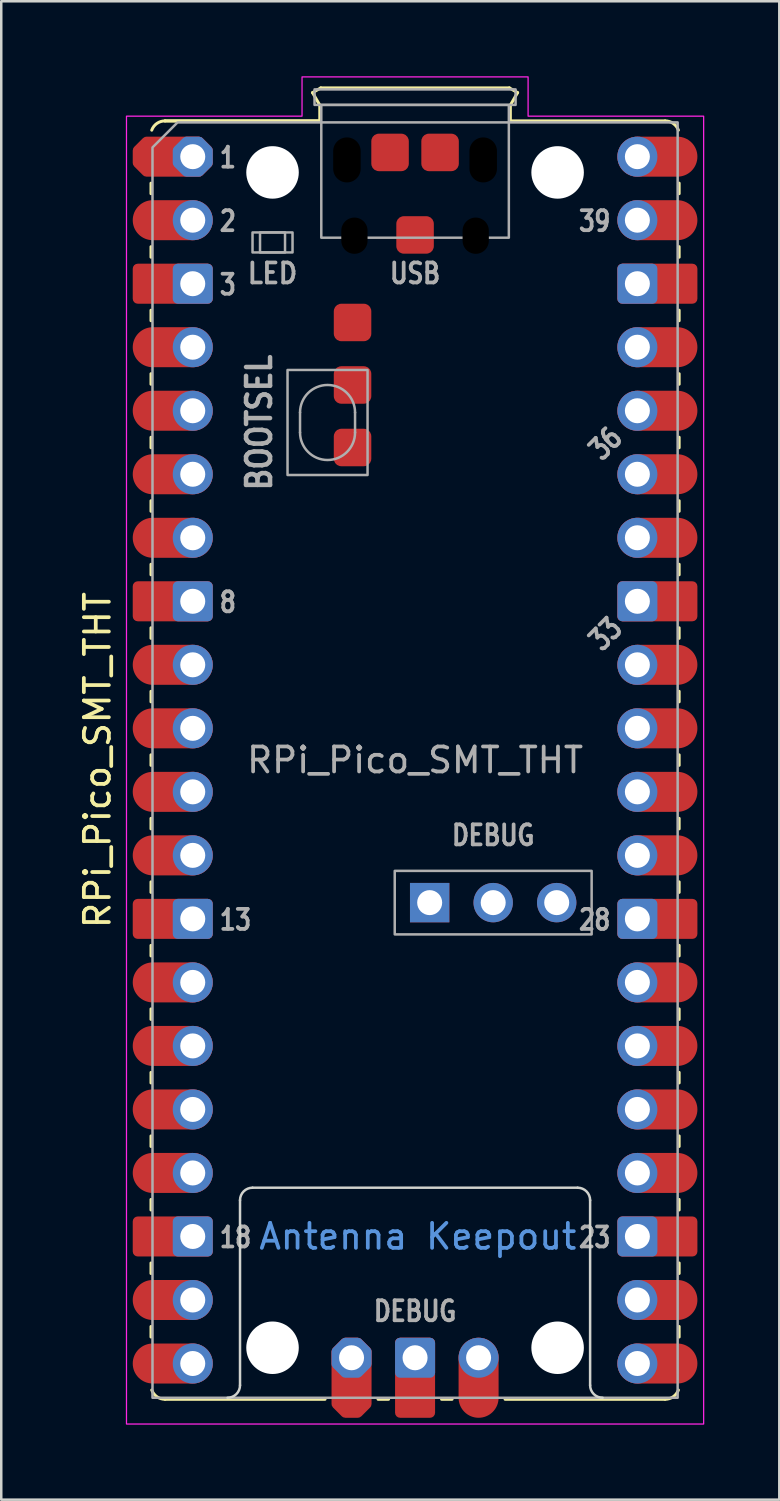
<source format=kicad_pcb>
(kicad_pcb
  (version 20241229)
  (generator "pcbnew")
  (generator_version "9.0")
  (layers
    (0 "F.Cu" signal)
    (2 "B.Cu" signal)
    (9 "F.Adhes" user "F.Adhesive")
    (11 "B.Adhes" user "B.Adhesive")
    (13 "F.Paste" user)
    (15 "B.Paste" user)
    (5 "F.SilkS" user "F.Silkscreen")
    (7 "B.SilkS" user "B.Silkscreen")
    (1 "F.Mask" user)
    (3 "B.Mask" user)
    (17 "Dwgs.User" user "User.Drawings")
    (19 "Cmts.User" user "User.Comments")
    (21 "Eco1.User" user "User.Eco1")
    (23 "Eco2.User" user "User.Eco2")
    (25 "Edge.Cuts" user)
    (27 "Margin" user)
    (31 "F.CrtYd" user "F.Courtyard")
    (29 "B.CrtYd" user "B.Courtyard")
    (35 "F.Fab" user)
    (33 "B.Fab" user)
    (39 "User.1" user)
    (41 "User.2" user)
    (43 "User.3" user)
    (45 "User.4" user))
  (footprint "RPi_Pico_SMT_THT"
    (layer "F.Cu")
    (at 4.658 3.215)
    (property "Reference" "RPi_Pico_SMT_THT" (at -3.81 24.13 270) (layer "F.SilkS") (effects (font (size 1 1) (thickness 0.15))))
    (attr through_hole)
    (fp_line (start -1.67 1.06) (end -1.67 1.48) (stroke (width 0.12) (type solid)) (layer "F.SilkS"))
    (fp_line (start -1.67 3.6) (end -1.67 4.02) (stroke (width 0.12) (type solid)) (layer "F.SilkS"))
    (fp_line (start -1.67 6.14) (end -1.67 6.56) (stroke (width 0.12) (type solid)) (layer "F.SilkS"))
    (fp_line (start -1.67 8.68) (end -1.67 9.1) (stroke (width 0.12) (type solid)) (layer "F.SilkS"))
    (fp_line (start -1.67 11.22) (end -1.67 11.64) (stroke (width 0.12) (type solid)) (layer "F.SilkS"))
    (fp_line (start -1.67 13.76) (end -1.67 14.18) (stroke (width 0.12) (type solid)) (layer "F.SilkS"))
    (fp_line (start -1.67 16.3) (end -1.67 16.72) (stroke (width 0.12) (type solid)) (layer "F.SilkS"))
    (fp_line (start -1.67 18.84) (end -1.67 19.26) (stroke (width 0.12) (type solid)) (layer "F.SilkS"))
    (fp_line (start -1.67 21.38) (end -1.67 21.8) (stroke (width 0.12) (type solid)) (layer "F.SilkS"))
    (fp_line (start -1.67 23.92) (end -1.67 24.34) (stroke (width 0.12) (type solid)) (layer "F.SilkS"))
    (fp_line (start -1.67 26.46) (end -1.67 26.88) (stroke (width 0.12) (type solid)) (layer "F.SilkS"))
    (fp_line (start -1.67 29) (end -1.67 29.42) (stroke (width 0.12) (type solid)) (layer "F.SilkS"))
    (fp_line (start -1.67 31.54) (end -1.67 31.96) (stroke (width 0.12) (type solid)) (layer "F.SilkS"))
    (fp_line (start -1.67 34.08) (end -1.67 34.5) (stroke (width 0.12) (type solid)) (layer "F.SilkS"))
    (fp_line (start -1.67 36.62) (end -1.67 37.04) (stroke (width 0.12) (type solid)) (layer "F.SilkS"))
    (fp_line (start -1.67 39.16) (end -1.67 39.58) (stroke (width 0.12) (type solid)) (layer "F.SilkS"))
    (fp_line (start -1.67 41.7) (end -1.67 42.12) (stroke (width 0.12) (type solid)) (layer "F.SilkS"))
    (fp_line (start -1.67 44.24) (end -1.67 44.66) (stroke (width 0.12) (type solid)) (layer "F.SilkS"))
    (fp_line (start -1.67 46.78) (end -1.67 47.2) (stroke (width 0.12) (type solid)) (layer "F.SilkS"))
    (fp_line (start -1.11 -1.43) (end 5.08 -1.43) (stroke (width 0.12) (type solid)) (layer "F.SilkS"))
    (fp_line (start -1.11 49.69) (end 5.29 49.69) (stroke (width 0.12) (type solid)) (layer "F.SilkS"))
    (fp_line (start 4.79 -2.56) (end 5.12 -2.75) (stroke (width 0.12) (type solid)) (layer "F.SilkS"))
    (fp_line (start 5.08 -2.06) (end 4.79 -2.56) (stroke (width 0.12) (type solid)) (layer "F.SilkS"))
    (fp_line (start 5.08 -1.43) (end -1.11 -1.43) (stroke (width 0.12) (type solid)) (layer "F.SilkS"))
    (fp_line (start 5.08 -1.43) (end 5.08 -2.06) (stroke (width 0.12) (type solid)) (layer "F.SilkS"))
    (fp_line (start 5.12 -2.75) (end 12.66 -2.75) (stroke (width 0.12) (type solid)) (layer "F.SilkS"))
    (fp_line (start 7.41 49.69) (end 7.83 49.69) (stroke (width 0.12) (type solid)) (layer "F.SilkS"))
    (fp_line (start 9.95 49.69) (end 10.37 49.69) (stroke (width 0.12) (type solid)) (layer "F.SilkS"))
    (fp_line (start 12.49 49.69) (end 18.89 49.69) (stroke (width 0.12) (type solid)) (layer "F.SilkS"))
    (fp_line (start 12.66 -2.75) (end 12.99 -2.56) (stroke (width 0.12) (type solid)) (layer "F.SilkS"))
    (fp_line (start 12.7 -2.06) (end 12.7 -1.43) (stroke (width 0.12) (type solid)) (layer "F.SilkS"))
    (fp_line (start 12.99 -2.56) (end 12.7 -2.06) (stroke (width 0.12) (type solid)) (layer "F.SilkS"))
    (fp_line (start 18.89 -1.43) (end 12.7 -1.43) (stroke (width 0.12) (type solid)) (layer "F.SilkS"))
    (fp_line (start 19.45 1.06) (end 19.45 1.48) (stroke (width 0.12) (type solid)) (layer "F.SilkS"))
    (fp_line (start 19.45 3.6) (end 19.45 4.02) (stroke (width 0.12) (type solid)) (layer "F.SilkS"))
    (fp_line (start 19.45 6.14) (end 19.45 6.56) (stroke (width 0.12) (type solid)) (layer "F.SilkS"))
    (fp_line (start 19.45 8.68) (end 19.45 9.1) (stroke (width 0.12) (type solid)) (layer "F.SilkS"))
    (fp_line (start 19.45 11.22) (end 19.45 11.64) (stroke (width 0.12) (type solid)) (layer "F.SilkS"))
    (fp_line (start 19.45 13.76) (end 19.45 14.18) (stroke (width 0.12) (type solid)) (layer "F.SilkS"))
    (fp_line (start 19.45 16.3) (end 19.45 16.72) (stroke (width 0.12) (type solid)) (layer "F.SilkS"))
    (fp_line (start 19.45 18.84) (end 19.45 19.26) (stroke (width 0.12) (type solid)) (layer "F.SilkS"))
    (fp_line (start 19.45 21.38) (end 19.45 21.8) (stroke (width 0.12) (type solid)) (layer "F.SilkS"))
    (fp_line (start 19.45 23.92) (end 19.45 24.34) (stroke (width 0.12) (type solid)) (layer "F.SilkS"))
    (fp_line (start 19.45 26.46) (end 19.45 26.88) (stroke (width 0.12) (type solid)) (layer "F.SilkS"))
    (fp_line (start 19.45 29) (end 19.45 29.42) (stroke (width 0.12) (type solid)) (layer "F.SilkS"))
    (fp_line (start 19.45 31.54) (end 19.45 31.96) (stroke (width 0.12) (type solid)) (layer "F.SilkS"))
    (fp_line (start 19.45 34.08) (end 19.45 34.5) (stroke (width 0.12) (type solid)) (layer "F.SilkS"))
    (fp_line (start 19.45 36.62) (end 19.45 37.04) (stroke (width 0.12) (type solid)) (layer "F.SilkS"))
    (fp_line (start 19.45 39.16) (end 19.45 39.58) (stroke (width 0.12) (type solid)) (layer "F.SilkS"))
    (fp_line (start 19.45 41.7) (end 19.45 42.12) (stroke (width 0.12) (type solid)) (layer "F.SilkS"))
    (fp_line (start 19.45 44.24) (end 19.45 44.66) (stroke (width 0.12) (type solid)) (layer "F.SilkS"))
    (fp_line (start 19.45 46.78) (end 19.45 47.2) (stroke (width 0.12) (type solid)) (layer "F.SilkS"))
    (fp_arc (start -1.64 -1.06) (mid -1.433508 -1.328808) (end -1.11 -1.43) (stroke (width 0.12) (type solid)) (layer "F.SilkS"))
    (fp_arc (start -1.11 49.69) (mid -1.433508 49.588809) (end -1.64 49.32) (stroke (width 0.12) (type solid)) (layer "F.SilkS"))
    (fp_arc (start 18.89 -1.43) (mid 19.213508 -1.328809) (end 19.42 -1.06) (stroke (width 0.12) (type solid)) (layer "F.SilkS"))
    (fp_arc (start 19.42 49.32) (mid 19.213508 49.588808) (end 18.89 49.69) (stroke (width 0.12) (type solid)) (layer "F.SilkS"))
    (fp_line (start 1.89 49.13) (end 1.89 41.73) (stroke (width 0.1) (type solid)) (layer "Edge.Cuts"))
    (fp_line (start 2.39 41.23) (end 15.39 41.23) (stroke (width 0.1) (type solid)) (layer "Edge.Cuts"))
    (fp_line (start 15.89 41.73) (end 15.89 49.13) (stroke (width 0.1) (type solid)) (layer "Edge.Cuts"))
    (fp_arc (start 1.89 41.73) (mid 2.036447 41.376447) (end 2.39 41.23) (stroke (width 0.1) (type solid)) (layer "Edge.Cuts"))
    (fp_arc (start 1.89 49.13) (mid 1.743553 49.483553) (end 1.39 49.63) (stroke (width 0.1) (type solid)) (layer "Edge.Cuts"))
    (fp_arc (start 15.39 41.23) (mid 15.743553 41.376447) (end 15.89 41.73) (stroke (width 0.1) (type solid)) (layer "Edge.Cuts"))
    (fp_arc (start 16.39 49.63) (mid 16.036447 49.483553) (end 15.89 49.13) (stroke (width 0.1) (type solid)) (layer "Edge.Cuts"))
    (fp_poly (pts (xy 13.41 -1.62) (xy 20.43 -1.62) (xy 20.43 50.68) (xy -2.65 50.68) (xy -2.65 -1.62) (xy 4.37 -1.62) (xy 4.37 -3.19) (xy 13.41 -3.19)) (stroke (width 0.05) (type solid)) (fill no) (layer "F.CrtYd"))
    (fp_line (start 4.29 10.23) (end 4.29 11.03) (stroke (width 0.1) (type solid)) (layer "F.Fab"))
    (fp_line (start 6.49 10.23) (end 6.49 11.03) (stroke (width 0.1) (type solid)) (layer "F.Fab"))
    (fp_rect (start 2.39 3.03) (end 3.99 3.83) (stroke (width 0.1) (type solid)) (fill no) (layer "F.Fab"))
    (fp_rect (start 2.69 3.03) (end 3.69 3.83) (stroke (width 0.1) (type solid)) (fill no) (layer "F.Fab"))
    (fp_rect (start 3.79 8.53) (end 6.99 12.73) (stroke (width 0.1) (type solid)) (fill no) (layer "F.Fab"))
    (fp_rect (start 4.87 -2.69) (end 12.91 -2.07) (stroke (width 0.1) (type solid)) (fill no) (layer "F.Fab"))
    (fp_rect (start 5.14 -2.07) (end 12.64 3.24) (stroke (width 0.1) (type solid)) (fill no) (layer "F.Fab"))
    (fp_rect (start 8.077 28.56) (end 15.951 31.1) (stroke (width 0.1) (type solid)) (fill no) (layer "F.Fab"))
    (fp_arc (start 4.29 10.23) (mid 5.39 9.13) (end 6.49 10.23) (stroke (width 0.1) (type solid)) (layer "F.Fab"))
    (fp_arc (start 6.49 11.03) (mid 5.39 12.13) (end 4.29 11.03) (stroke (width 0.1) (type solid)) (layer "F.Fab"))
    (fp_poly (pts (xy 19.39 49.63) (xy -1.61 49.63) (xy -1.61 -0.37) (xy -0.61 -1.37) (xy 19.39 -1.37)) (stroke (width 0.1) (type solid)) (fill no) (layer "F.Fab"))
    (fp_text user "Antenna Keepout" (at 9 43.18 0) (unlocked yes) (layer "Cmts.User") (effects (font (size 1 1) (thickness 0.15))))
    (fp_text user "USB" (at 8.89 4.668 0) (unlocked yes) (layer "F.Fab") (effects (font (size 0.8 0.66) (thickness 0.15))))
    (fp_text user "33" (at 16.51 19.088 45) (unlocked yes) (layer "F.Fab") (effects (font (size 0.8 0.64) (thickness 0.15))))
    (fp_text user "39" (at 16.78 2.578 0) (unlocked yes) (layer "F.Fab") (effects (font (size 0.8 0.64) (thickness 0.15)) (justify right)))
    (fp_text user "${REFERENCE}" (at 8.89 24.13 0) (unlocked yes) (layer "F.Fab") (effects (font (size 1 1) (thickness 0.15))))
    (fp_text user "1" (at 1 0.038 0) (unlocked yes) (layer "F.Fab") (effects (font (size 0.8 0.64) (thickness 0.15)) (justify left)))
    (fp_text user "LED" (at 3.19 4.668 0) (unlocked yes) (layer "F.Fab") (effects (font (size 0.8 0.72) (thickness 0.15))))
    (fp_text user "2" (at 1 2.578 0) (unlocked yes) (layer "F.Fab") (effects (font (size 0.8 0.64) (thickness 0.15)) (justify left)))
    (fp_text user "18" (at 1 43.218 0) (unlocked yes) (layer "F.Fab") (effects (font (size 0.8 0.64) (thickness 0.15)) (justify left)))
    (fp_text user "23" (at 16.78 43.218 0) (unlocked yes) (layer "F.Fab") (effects (font (size 0.8 0.64) (thickness 0.15)) (justify right)))
    (fp_text user "DEBUG" (at 8.89 46.168 0) (unlocked yes) (layer "F.Fab") (effects (font (size 0.8 0.66) (thickness 0.15))))
    (fp_text user "28" (at 16.78 30.518 0) (unlocked yes) (layer "F.Fab") (effects (font (size 0.8 0.64) (thickness 0.15)) (justify right)))
    (fp_text user "36" (at 16.51 11.468 45) (unlocked yes) (layer "F.Fab") (effects (font (size 0.8 0.64) (thickness 0.15))))
    (fp_text user "13" (at 1 30.518 0) (unlocked yes) (layer "F.Fab") (effects (font (size 0.8 0.64) (thickness 0.15)) (justify left)))
    (fp_text user "3" (at 1 5.118 0) (unlocked yes) (layer "F.Fab") (effects (font (size 0.8 0.64) (thickness 0.15)) (justify left)))
    (fp_text user "BOOTSEL" (at 2.656 10.63 90) (unlocked yes) (layer "F.Fab") (effects (font (size 0.96 0.825) (thickness 0.18))))
    (fp_text user "DEBUG" (at 12.014 27.138 0) (unlocked yes) (layer "F.Fab") (effects (font (size 0.8 0.66) (thickness 0.15))))
    (fp_text user "8" (at 1 17.818 0) (unlocked yes) (layer "F.Fab") (effects (font (size 0.8 0.64) (thickness 0.15)) (justify left)))
    (pad "" np_thru_hole circle (at 3.19 0.63) (size 2.1 2.1) (drill 2.1) (layers "*.Cu" "*.Mask"))
    (pad "" np_thru_hole circle (at 3.19 47.63) (size 2.1 2.1) (drill 2.1) (layers "*.Cu" "*.Mask"))
    (pad "" np_thru_hole oval (at 6.165 0.13) (size 1.1 1.8) (drill oval 1.1 1.8) (layers "*.Mask"))
    (pad "" np_thru_hole oval (at 6.465 3.16) (size 1.05 1.45) (drill oval 1.05 1.45) (layers "*.Mask"))
    (pad "" np_thru_hole oval (at 11.315 3.16) (size 1.05 1.45) (drill oval 1.05 1.45) (layers "*.Mask"))
    (pad "" np_thru_hole oval (at 11.615 0.13) (size 1.1 1.8) (drill oval 1.1 1.8) (layers "*.Mask"))
    (pad "" np_thru_hole circle (at 14.59 0.63) (size 2.1 2.1) (drill 2.1) (layers "*.Cu" "*.Mask"))
    (pad "" np_thru_hole circle (at 14.59 47.63) (size 2.1 2.1) (drill 2.1) (layers "*.Cu" "*.Mask"))
    (pad "1" smd custom (at -1.6 0) (size 1.6 1.6) (layers "F.Cu" "F.Mask") (options (anchor circle)) (primitives (gr_poly (pts (xy 2.2 0.249) (xy 1.849 0.6) (xy -0.249 0.6) (xy -0.6 0.249) (xy -0.6 -0.249) (xy -0.249 -0.6) (xy 1.849 -0.6) (xy 2.2 -0.249)) (width 0.4) (fill yes))))
    (pad "1" thru_hole custom (at 0 0) (size 1.6 1.6) (drill 1) (layers "*.Cu" "*.Mask") (options (anchor circle)) (primitives (gr_poly (pts (xy 0.6 0.249) (xy 0.249 0.6) (xy -0.249 0.6) (xy -0.6 0.249) (xy -0.6 -0.249) (xy -0.249 -0.6) (xy 0.249 -0.6) (xy 0.6 -0.249)) (width 0.4) (fill yes))))
    (pad "2" smd oval (at -1.6 2.54) (size 3.2 1.6) (drill (offset 0.8 0)) (layers "F.Cu" "F.Mask"))
    (pad "2" thru_hole circle (at 0 2.54) (size 1.6 1.6) (drill 1) (layers "*.Cu" "*.Mask"))
    (pad "3" smd roundrect (at -1.6 5.08) (size 3.2 1.6) (drill (offset 0.8 0)) (layers "F.Cu" "F.Mask") (roundrect_rratio 0.125))
    (pad "3" thru_hole roundrect (at 0 5.08) (size 1.6 1.6) (drill 1) (layers "*.Cu" "*.Mask") (roundrect_rratio 0.125))
    (pad "4" smd oval (at -1.6 7.62) (size 3.2 1.6) (drill (offset 0.8 0)) (layers "F.Cu" "F.Mask"))
    (pad "4" thru_hole circle (at 0 7.62) (size 1.6 1.6) (drill 1) (layers "*.Cu" "*.Mask"))
    (pad "5" smd oval (at -1.6 10.16) (size 3.2 1.6) (drill (offset 0.8 0)) (layers "F.Cu" "F.Mask"))
    (pad "5" thru_hole circle (at 0 10.16) (size 1.6 1.6) (drill 1) (layers "*.Cu" "*.Mask"))
    (pad "6" smd oval (at -1.6 12.7) (size 3.2 1.6) (drill (offset 0.8 0)) (layers "F.Cu" "F.Mask"))
    (pad "6" thru_hole circle (at 0 12.7) (size 1.6 1.6) (drill 1) (layers "*.Cu" "*.Mask"))
    (pad "7" smd oval (at -1.6 15.24) (size 3.2 1.6) (drill (offset 0.8 0)) (layers "F.Cu" "F.Mask"))
    (pad "7" thru_hole circle (at 0 15.24) (size 1.6 1.6) (drill 1) (layers "*.Cu" "*.Mask"))
    (pad "8" smd roundrect (at -1.6 17.78) (size 3.2 1.6) (drill (offset 0.8 0)) (layers "F.Cu" "F.Mask") (roundrect_rratio 0.125))
    (pad "8" thru_hole roundrect (at 0 17.78) (size 1.6 1.6) (drill 1) (layers "*.Cu" "*.Mask") (roundrect_rratio 0.125))
    (pad "9" smd oval (at -1.6 20.32) (size 3.2 1.6) (drill (offset 0.8 0)) (layers "F.Cu" "F.Mask"))
    (pad "9" thru_hole circle (at 0 20.32) (size 1.6 1.6) (drill 1) (layers "*.Cu" "*.Mask"))
    (pad "10" smd oval (at -1.6 22.86) (size 3.2 1.6) (drill (offset 0.8 0)) (layers "F.Cu" "F.Mask"))
    (pad "10" thru_hole circle (at 0 22.86) (size 1.6 1.6) (drill 1) (layers "*.Cu" "*.Mask"))
    (pad "11" smd oval (at -1.6 25.4) (size 3.2 1.6) (drill (offset 0.8 0)) (layers "F.Cu" "F.Mask"))
    (pad "11" thru_hole circle (at 0 25.4) (size 1.6 1.6) (drill 1) (layers "*.Cu" "*.Mask"))
    (pad "12" smd oval (at -1.6 27.94) (size 3.2 1.6) (drill (offset 0.8 0)) (layers "F.Cu" "F.Mask"))
    (pad "12" thru_hole circle (at 0 27.94) (size 1.6 1.6) (drill 1) (layers "*.Cu" "*.Mask"))
    (pad "13" smd roundrect (at -1.6 30.48) (size 3.2 1.6) (drill (offset 0.8 0)) (layers "F.Cu" "F.Mask") (roundrect_rratio 0.125))
    (pad "13" thru_hole roundrect (at 0 30.48) (size 1.6 1.6) (drill 1) (layers "*.Cu" "*.Mask") (roundrect_rratio 0.125))
    (pad "14" smd oval (at -1.6 33.02) (size 3.2 1.6) (drill (offset 0.8 0)) (layers "F.Cu" "F.Mask"))
    (pad "14" thru_hole circle (at 0 33.02) (size 1.6 1.6) (drill 1) (layers "*.Cu" "*.Mask"))
    (pad "15" smd oval (at -1.6 35.56) (size 3.2 1.6) (drill (offset 0.8 0)) (layers "F.Cu" "F.Mask"))
    (pad "15" thru_hole circle (at 0 35.56) (size 1.6 1.6) (drill 1) (layers "*.Cu" "*.Mask"))
    (pad "16" smd oval (at -1.6 38.1) (size 3.2 1.6) (drill (offset 0.8 0)) (layers "F.Cu" "F.Mask"))
    (pad "16" thru_hole circle (at 0 38.1) (size 1.6 1.6) (drill 1) (layers "*.Cu" "*.Mask"))
    (pad "17" smd oval (at -1.6 40.64) (size 3.2 1.6) (drill (offset 0.8 0)) (layers "F.Cu" "F.Mask"))
    (pad "17" thru_hole circle (at 0 40.64) (size 1.6 1.6) (drill 1) (layers "*.Cu" "*.Mask"))
    (pad "18" smd roundrect (at -1.6 43.18) (size 3.2 1.6) (drill (offset 0.8 0)) (layers "F.Cu" "F.Mask") (roundrect_rratio 0.125))
    (pad "18" thru_hole roundrect (at 0 43.18) (size 1.6 1.6) (drill 1) (layers "*.Cu" "*.Mask") (roundrect_rratio 0.125))
    (pad "19" smd oval (at -1.6 45.72) (size 3.2 1.6) (drill (offset 0.8 0)) (layers "F.Cu" "F.Mask"))
    (pad "19" thru_hole circle (at 0 45.72) (size 1.6 1.6) (drill 1) (layers "*.Cu" "*.Mask"))
    (pad "20" smd oval (at -1.6 48.26) (size 3.2 1.6) (drill (offset 0.8 0)) (layers "F.Cu" "F.Mask"))
    (pad "20" thru_hole circle (at 0 48.26) (size 1.6 1.6) (drill 1) (layers "*.Cu" "*.Mask"))
    (pad "21" thru_hole circle (at 17.78 48.26) (size 1.6 1.6) (drill 1) (layers "*.Cu" "*.Mask"))
    (pad "21" smd oval (at 19.38 48.26) (size 3.2 1.6) (drill (offset -0.8 0)) (layers "F.Cu" "F.Mask"))
    (pad "22" thru_hole circle (at 17.78 45.72) (size 1.6 1.6) (drill 1) (layers "*.Cu" "*.Mask"))
    (pad "22" smd oval (at 19.38 45.72) (size 3.2 1.6) (drill (offset -0.8 0)) (layers "F.Cu" "F.Mask"))
    (pad "23" thru_hole roundrect (at 17.78 43.18) (size 1.6 1.6) (drill 1) (layers "*.Cu" "*.Mask") (roundrect_rratio 0.125))
    (pad "23" smd roundrect (at 19.38 43.18) (size 3.2 1.6) (drill (offset -0.8 0)) (layers "F.Cu" "F.Mask") (roundrect_rratio 0.125))
    (pad "24" thru_hole circle (at 17.78 40.64) (size 1.6 1.6) (drill 1) (layers "*.Cu" "*.Mask"))
    (pad "24" smd oval (at 19.38 40.64) (size 3.2 1.6) (drill (offset -0.8 0)) (layers "F.Cu" "F.Mask"))
    (pad "25" thru_hole circle (at 17.78 38.1) (size 1.6 1.6) (drill 1) (layers "*.Cu" "*.Mask"))
    (pad "25" smd oval (at 19.38 38.1) (size 3.2 1.6) (drill (offset -0.8 0)) (layers "F.Cu" "F.Mask"))
    (pad "26" thru_hole circle (at 17.78 35.56) (size 1.6 1.6) (drill 1) (layers "*.Cu" "*.Mask"))
    (pad "26" smd oval (at 19.38 35.56) (size 3.2 1.6) (drill (offset -0.8 0)) (layers "F.Cu" "F.Mask"))
    (pad "27" thru_hole circle (at 17.78 33.02) (size 1.6 1.6) (drill 1) (layers "*.Cu" "*.Mask"))
    (pad "27" smd oval (at 19.38 33.02) (size 3.2 1.6) (drill (offset -0.8 0)) (layers "F.Cu" "F.Mask"))
    (pad "28" thru_hole roundrect (at 17.78 30.48) (size 1.6 1.6) (drill 1) (layers "*.Cu" "*.Mask") (roundrect_rratio 0.125))
    (pad "28" smd roundrect (at 19.38 30.48) (size 3.2 1.6) (drill (offset -0.8 0)) (layers "F.Cu" "F.Mask") (roundrect_rratio 0.125))
    (pad "29" thru_hole circle (at 17.78 27.94) (size 1.6 1.6) (drill 1) (layers "*.Cu" "*.Mask"))
    (pad "29" smd oval (at 19.38 27.94) (size 3.2 1.6) (drill (offset -0.8 0)) (layers "F.Cu" "F.Mask"))
    (pad "30" thru_hole circle (at 17.78 25.4) (size 1.6 1.6) (drill 1) (layers "*.Cu" "*.Mask"))
    (pad "30" smd oval (at 19.38 25.4) (size 3.2 1.6) (drill (offset -0.8 0)) (layers "F.Cu" "F.Mask"))
    (pad "31" thru_hole circle (at 17.78 22.86) (size 1.6 1.6) (drill 1) (layers "*.Cu" "*.Mask"))
    (pad "31" smd oval (at 19.38 22.86) (size 3.2 1.6) (drill (offset -0.8 0)) (layers "F.Cu" "F.Mask"))
    (pad "32" thru_hole circle (at 17.78 20.32) (size 1.6 1.6) (drill 1) (layers "*.Cu" "*.Mask"))
    (pad "32" smd oval (at 19.38 20.32) (size 3.2 1.6) (drill (offset -0.8 0)) (layers "F.Cu" "F.Mask"))
    (pad "33" thru_hole roundrect (at 17.78 17.78) (size 1.6 1.6) (drill 1) (layers "*.Cu" "*.Mask") (roundrect_rratio 0.125))
    (pad "33" smd roundrect (at 19.38 17.78) (size 3.2 1.6) (drill (offset -0.8 0)) (layers "F.Cu" "F.Mask") (roundrect_rratio 0.125))
    (pad "34" thru_hole circle (at 17.78 15.24) (size 1.6 1.6) (drill 1) (layers "*.Cu" "*.Mask"))
    (pad "34" smd oval (at 19.38 15.24) (size 3.2 1.6) (drill (offset -0.8 0)) (layers "F.Cu" "F.Mask"))
    (pad "35" thru_hole circle (at 17.78 12.7) (size 1.6 1.6) (drill 1) (layers "*.Cu" "*.Mask"))
    (pad "35" smd oval (at 19.38 12.7) (size 3.2 1.6) (drill (offset -0.8 0)) (layers "F.Cu" "F.Mask"))
    (pad "36" thru_hole circle (at 17.78 10.16) (size 1.6 1.6) (drill 1) (layers "*.Cu" "*.Mask"))
    (pad "36" smd oval (at 19.38 10.16) (size 3.2 1.6) (drill (offset -0.8 0)) (layers "F.Cu" "F.Mask"))
    (pad "37" thru_hole circle (at 17.78 7.62) (size 1.6 1.6) (drill 1) (layers "*.Cu" "*.Mask"))
    (pad "37" smd oval (at 19.38 7.62) (size 3.2 1.6) (drill (offset -0.8 0)) (layers "F.Cu" "F.Mask"))
    (pad "38" thru_hole roundrect (at 17.78 5.08) (size 1.6 1.6) (drill 1) (layers "*.Cu" "*.Mask") (roundrect_rratio 0.125))
    (pad "38" smd roundrect (at 19.38 5.08) (size 3.2 1.6) (drill (offset -0.8 0)) (layers "F.Cu" "F.Mask") (roundrect_rratio 0.125))
    (pad "39" thru_hole circle (at 17.78 2.54) (size 1.6 1.6) (drill 1) (layers "*.Cu" "*.Mask"))
    (pad "39" smd oval (at 19.38 2.54) (size 3.2 1.6) (drill (offset -0.8 0)) (layers "F.Cu" "F.Mask"))
    (pad "40" thru_hole circle (at 17.78 0) (size 1.6 1.6) (drill 1) (layers "*.Cu" "*.Mask"))
    (pad "40" smd oval (at 19.38 0) (size 3.2 1.6) (drill (offset -0.8 0)) (layers "F.Cu" "F.Mask"))
    (pad "41" thru_hole custom (at 6.35 48.03) (size 1.6 1.6) (drill 1) (layers "*.Cu" "*.Mask") (options (anchor circle)) (primitives (gr_poly (pts (xy 0.6 0.249) (xy 0.249 0.6) (xy -0.249 0.6) (xy -0.6 0.249) (xy -0.6 -0.249) (xy -0.249 -0.6) (xy 0.249 -0.6) (xy 0.6 -0.249)) (width 0.4) (fill yes))))
    (pad "41" smd custom (at 6.35 49.63) (size 1.6 1.6) (layers "F.Cu" "F.Mask") (options (anchor circle)) (primitives (gr_poly (pts (xy 0.6 0.249) (xy 0.249 0.6) (xy -0.249 0.6) (xy -0.6 0.249) (xy -0.6 -1.849) (xy -0.249 -2.2) (xy 0.249 -2.2) (xy 0.6 -1.849)) (width 0.4) (fill yes))))
    (pad "41" thru_hole rect (at 9.474 29.83) (size 1.575 1.575) (drill 1) (layers "*.Cu" "*.Mask"))
    (pad "42" thru_hole roundrect (at 8.89 48.03) (size 1.6 1.6) (drill 1) (layers "*.Cu" "*.Mask") (roundrect_rratio 0.125))
    (pad "42" smd roundrect (at 8.89 49.63) (size 1.6 3.2) (drill (offset 0 -0.8)) (layers "F.Cu" "F.Mask") (roundrect_rratio 0.125))
    (pad "42" thru_hole circle (at 12.014 29.83) (size 1.575 1.575) (drill 1) (layers "*.Cu" "*.Mask"))
    (pad "43" thru_hole circle (at 11.43 48.03) (size 1.6 1.6) (drill 1) (layers "*.Cu" "*.Mask"))
    (pad "43" smd oval (at 11.43 49.63) (size 1.6 3.2) (drill (offset 0 -0.8)) (layers "F.Cu" "F.Mask"))
    (pad "43" thru_hole circle (at 14.554 29.83) (size 1.575 1.575) (drill 1) (layers "*.Cu" "*.Mask"))
    (pad "51" smd roundrect (at 8.89 3.13) (size 1.5 1.5) (property pad_prop_testpoint) (layers "F.Cu" "F.Mask") (roundrect_rratio 0.2))
    (pad "52" smd roundrect (at 9.89 -0.17) (size 1.5 1.5) (property pad_prop_testpoint) (layers "F.Cu" "F.Mask") (roundrect_rratio 0.2))
    (pad "53" smd roundrect (at 7.89 -0.17) (size 1.5 1.5) (property pad_prop_testpoint) (layers "F.Cu" "F.Mask") (roundrect_rratio 0.2))
    (pad "54" smd roundrect (at 6.39 6.63) (size 1.5 1.5) (property pad_prop_testpoint) (layers "F.Cu" "F.Mask") (roundrect_rratio 0.2))
    (pad "55" smd roundrect (at 6.39 9.13) (size 1.5 1.5) (property pad_prop_testpoint) (layers "F.Cu" "F.Mask") (roundrect_rratio 0.2))
    (pad "56" smd roundrect (at 6.39 11.63) (size 1.5 1.5) (property pad_prop_testpoint) (layers "F.Cu" "F.Mask") (roundrect_rratio 0.2))
    (zone (net_name "") (layer "F.Cu") (name "Test Point Keepout") (hatch full 0.508) (connect_pads) (min_thickness 0.254) (filled_areas_thickness no) (keepout (tracks not_allowed) (vias not_allowed) (pads allowed) (copperpour not_allowed) (footprints allowed)) (placement (enabled no)) (fill) (polygon (pts (xy 12.098 10.895) (xy 9.998 10.895) (xy 9.998 8.795) (xy 12.098 8.795))))
    (zone (net_name "") (layer "F.Cu") (name "Test Point Keepout") (hatch full 0.508) (connect_pads) (min_thickness 0.254) (filled_areas_thickness no) (keepout (tracks not_allowed) (vias not_allowed) (pads allowed) (copperpour not_allowed) (footprints allowed)) (placement (enabled no)) (fill) (polygon (pts (xy 12.098 13.395) (xy 9.998 13.395) (xy 9.998 11.295) (xy 12.098 11.295))))
    (zone (net_name "") (layer "F.Cu") (name "Test Point Keepout") (hatch full 0.508) (connect_pads) (min_thickness 0.254) (filled_areas_thickness no) (keepout (tracks not_allowed) (vias not_allowed) (pads allowed) (copperpour not_allowed) (footprints allowed)) (placement (enabled no)) (fill) (polygon (pts (xy 12.098 15.895) (xy 9.998 15.895) (xy 9.998 13.795) (xy 12.098 13.795))))
    (zone (net_name "") (layer "F.Cu") (name "Test Point Keepout") (hatch full 0.508) (connect_pads) (min_thickness 0.254) (filled_areas_thickness no) (keepout (tracks not_allowed) (vias not_allowed) (pads allowed) (copperpour not_allowed) (footprints allowed)) (placement (enabled no)) (fill) (polygon (pts (xy 14.598 7.395) (xy 12.498 7.395) (xy 12.498 5.295) (xy 14.598 5.295))))
    (zone (net_name "") (layer "F.Cu") (name "Test Point Keepout") (hatch full 0.508) (connect_pads) (min_thickness 0.254) (filled_areas_thickness no) (keepout (tracks not_allowed) (vias not_allowed) (pads allowed) (copperpour not_allowed) (footprints allowed)) (placement (enabled no)) (fill) (polygon (pts (xy 15.598 4.095) (xy 11.498 4.095) (xy 11.498 1.995) (xy 15.598 1.995))))
    (zone (net_name "") (layers "F.Cu" "F.Mask" "B.Cu" "B.Mask" "F.SilkS" "B.SilkS" "F.Adhes" "B.Adhes" "F.Paste" "B.Paste") (name "Antenna Keepout") (hatch full 0.508) (connect_pads) (min_thickness 0.254) (filled_areas_thickness no) (keepout (tracks not_allowed) (vias not_allowed) (pads not_allowed) (copperpour not_allowed) (footprints not_allowed)) (placement (enabled no)) (fill) (polygon (pts (xy 20.548 52.845) (xy 6.548 52.845) (xy 6.548 44.445) (xy 20.548 44.445)))))
  (gr_rect
    (start -3 -3)
    (end 28.113 56.92)
    (stroke (width 0.1) (type default))
    (fill no)
    (layer "Edge.Cuts")))
</source>
